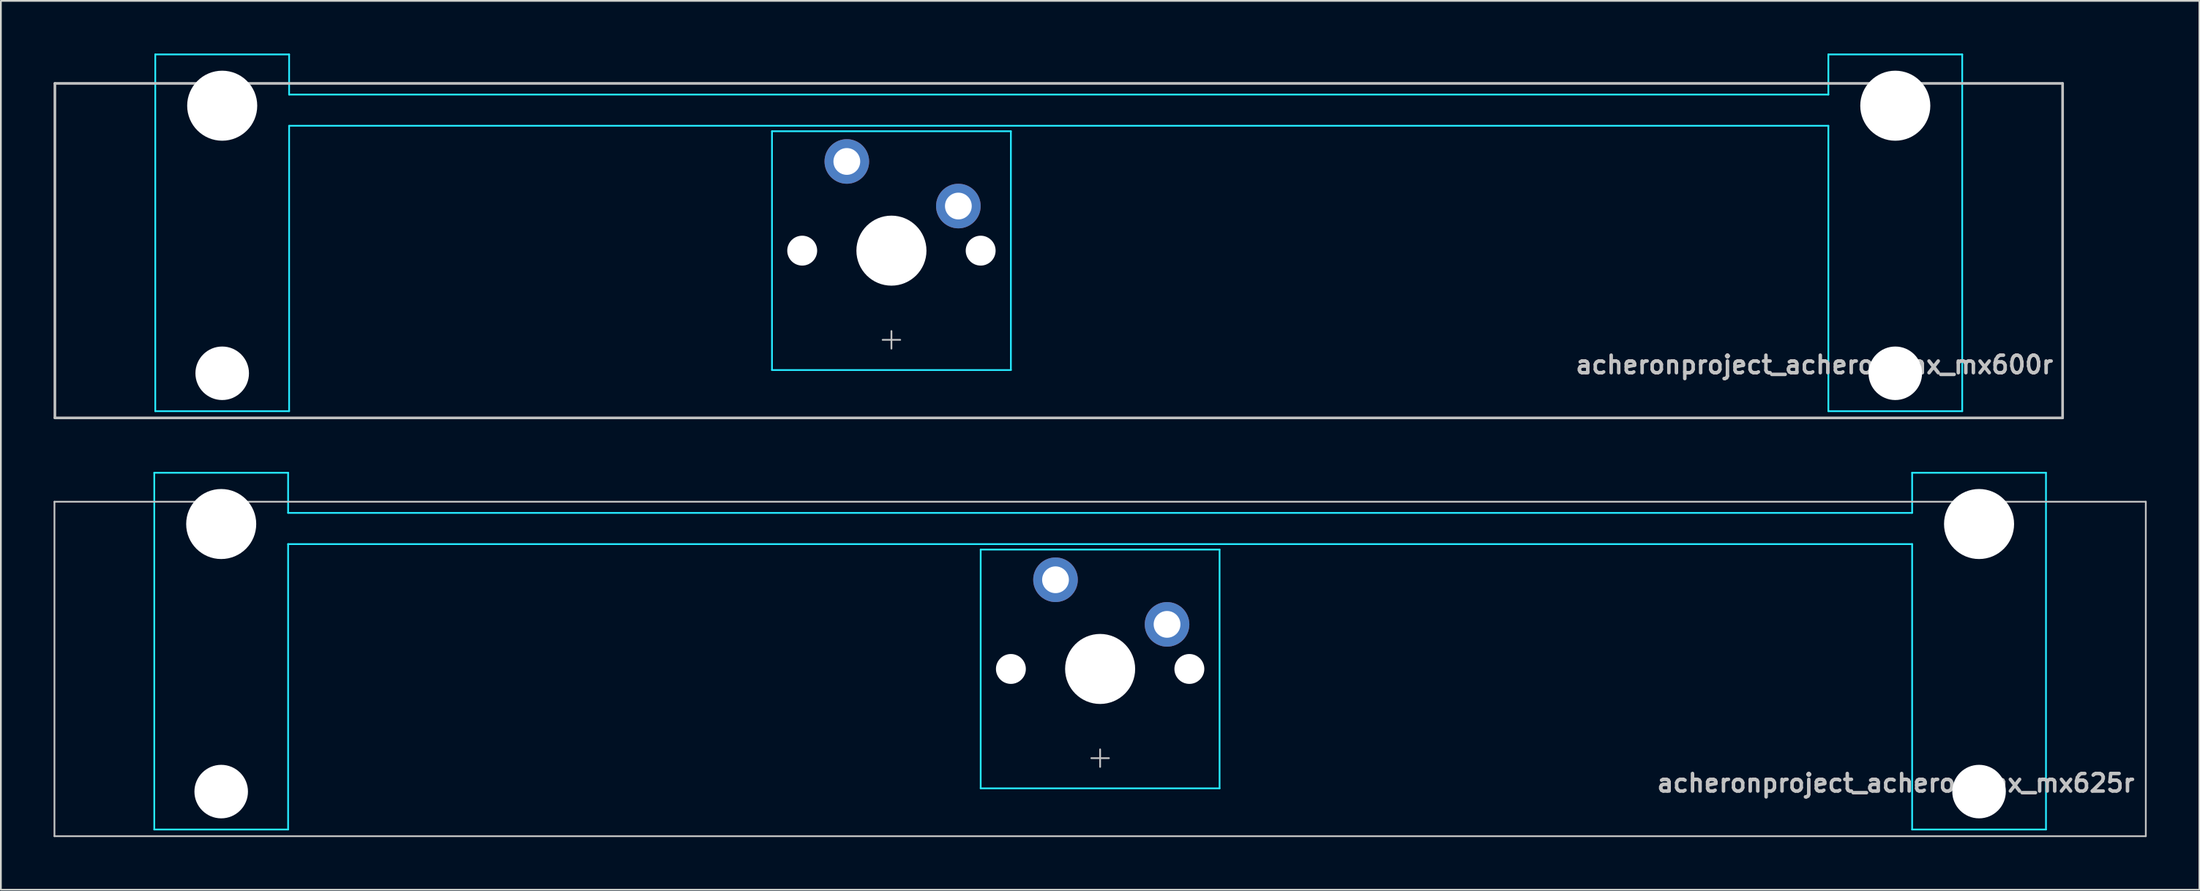
<source format=kicad_pcb>
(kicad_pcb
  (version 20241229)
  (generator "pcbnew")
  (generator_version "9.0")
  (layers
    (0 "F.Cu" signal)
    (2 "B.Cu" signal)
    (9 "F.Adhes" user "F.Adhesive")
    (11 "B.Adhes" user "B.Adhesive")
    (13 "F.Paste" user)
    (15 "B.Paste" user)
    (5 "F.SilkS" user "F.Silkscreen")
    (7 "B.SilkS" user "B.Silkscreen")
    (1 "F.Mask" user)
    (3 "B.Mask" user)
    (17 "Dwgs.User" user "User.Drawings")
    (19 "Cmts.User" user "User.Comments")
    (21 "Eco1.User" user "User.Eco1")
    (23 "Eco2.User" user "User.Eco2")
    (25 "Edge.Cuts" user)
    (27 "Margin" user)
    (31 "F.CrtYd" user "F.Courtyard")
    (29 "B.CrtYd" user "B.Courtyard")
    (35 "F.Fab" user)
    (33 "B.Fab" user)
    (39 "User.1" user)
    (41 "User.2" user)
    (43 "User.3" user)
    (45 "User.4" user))
  (footprint "acheronproject_acheron_mx_mx625r"
    (layer "F.Cu")
    (at 59.581 35.052)
    (property "Reference" "acheronproject_acheron_mx_mx625r" (at 59 6.5 0) (layer "Dwgs.User") (effects (font (size 1 1) (thickness 0.2)) (justify right)))
    (attr through_hole)
    (fp_line (start -59.531 -9.525) (end -59.531 9.525) (stroke (width 0.1) (type solid)) (layer "Dwgs.User"))
    (fp_line (start -59.531 -9.525) (end 59.531 -9.525) (stroke (width 0.1) (type solid)) (layer "Dwgs.User"))
    (fp_line (start -59.531 9.525) (end 59.531 9.525) (stroke (width 0.1) (type solid)) (layer "Dwgs.User"))
    (fp_line (start -0.5 5.08) (end 0.5 5.08) (stroke (width 0.1) (type solid)) (layer "Dwgs.User"))
    (fp_line (start 0 5.58) (end 0 4.58) (stroke (width 0.1) (type solid)) (layer "Dwgs.User"))
    (fp_line (start 59.531 -9.525) (end 59.531 9.525) (stroke (width 0.1) (type solid)) (layer "Dwgs.User"))
    (fp_line (start -53.538 -8.515) (end -53.538 5.485) (stroke (width 0.1) (type solid)) (layer "Eco1.User"))
    (fp_line (start -53.038 -9.015) (end -47.038 -9.015) (stroke (width 0.1) (type solid)) (layer "Eco1.User"))
    (fp_line (start -47.038 5.985) (end -53.038 5.985) (stroke (width 0.1) (type solid)) (layer "Eco1.User"))
    (fp_line (start -46.538 5.485) (end -46.538 -8.515) (stroke (width 0.1) (type solid)) (layer "Eco1.User"))
    (fp_line (start -7 -6.5) (end -7 6.5) (stroke (width 0.1) (type solid)) (layer "Eco1.User"))
    (fp_line (start -6.5 7) (end 6.5 7) (stroke (width 0.1) (type solid)) (layer "Eco1.User"))
    (fp_line (start 6.5 -7) (end -6.5 -7) (stroke (width 0.1) (type solid)) (layer "Eco1.User"))
    (fp_line (start 7 6.5) (end 7 -6.5) (stroke (width 0.1) (type solid)) (layer "Eco1.User"))
    (fp_line (start 46.538 -8.515) (end 46.538 5.485) (stroke (width 0.1) (type solid)) (layer "Eco1.User"))
    (fp_line (start 47.038 -9.015) (end 53.038 -9.015) (stroke (width 0.1) (type solid)) (layer "Eco1.User"))
    (fp_line (start 53.038 5.985) (end 47.038 5.985) (stroke (width 0.1) (type solid)) (layer "Eco1.User"))
    (fp_line (start 53.538 5.485) (end 53.538 -8.515) (stroke (width 0.1) (type solid)) (layer "Eco1.User"))
    (fp_arc (start -53.538 -8.515) (mid -53.391553 -8.868553) (end -53.038 -9.015) (stroke (width 0.1) (type solid)) (layer "Eco1.User"))
    (fp_arc (start -53.038 5.985) (mid -53.391553 5.838553) (end -53.538 5.485) (stroke (width 0.1) (type solid)) (layer "Eco1.User"))
    (fp_arc (start -47.038 -9.015) (mid -46.684447 -8.868553) (end -46.538 -8.515) (stroke (width 0.1) (type solid)) (layer "Eco1.User"))
    (fp_arc (start -46.538 5.485) (mid -46.684447 5.838553) (end -47.038 5.985) (stroke (width 0.1) (type solid)) (layer "Eco1.User"))
    (fp_arc (start -7 -6.5) (mid -6.853553 -6.853553) (end -6.5 -7) (stroke (width 0.1) (type solid)) (layer "Eco1.User"))
    (fp_arc (start -6.5 7) (mid -6.853553 6.853553) (end -7 6.5) (stroke (width 0.1) (type solid)) (layer "Eco1.User"))
    (fp_arc (start 6.5 -7) (mid 6.853553 -6.853553) (end 7 -6.5) (stroke (width 0.1) (type solid)) (layer "Eco1.User"))
    (fp_arc (start 7 6.5) (mid 6.853553 6.853553) (end 6.5 7) (stroke (width 0.1) (type solid)) (layer "Eco1.User"))
    (fp_arc (start 46.538 -8.515) (mid 46.684447 -8.868553) (end 47.038 -9.015) (stroke (width 0.1) (type solid)) (layer "Eco1.User"))
    (fp_arc (start 47.038 5.985) (mid 46.684447 5.838553) (end 46.538 5.485) (stroke (width 0.1) (type solid)) (layer "Eco1.User"))
    (fp_arc (start 53.038 -9.015) (mid 53.391553 -8.868553) (end 53.538 -8.515) (stroke (width 0.1) (type solid)) (layer "Eco1.User"))
    (fp_arc (start 53.538 5.485) (mid 53.391553 5.838553) (end 53.038 5.985) (stroke (width 0.1) (type solid)) (layer "Eco1.User"))
    (fp_line (start -53.848 9.144) (end -53.848 -11.176) (stroke (width 0.1) (type solid)) (layer "B.CrtYd"))
    (fp_line (start -46.228 -11.176) (end -53.848 -11.176) (stroke (width 0.1) (type solid)) (layer "B.CrtYd"))
    (fp_line (start -46.228 -8.89) (end -46.228 -11.176) (stroke (width 0.1) (type solid)) (layer "B.CrtYd"))
    (fp_line (start -46.228 -7.112) (end -46.228 9.144) (stroke (width 0.1) (type solid)) (layer "B.CrtYd"))
    (fp_line (start -46.228 9.144) (end -53.848 9.144) (stroke (width 0.1) (type solid)) (layer "B.CrtYd"))
    (fp_line (start -6.8 -6.8) (end -6.8 6.8) (stroke (width 0.1) (type solid)) (layer "B.CrtYd"))
    (fp_line (start -6.8 -6.8) (end 6.8 -6.8) (stroke (width 0.1) (type solid)) (layer "B.CrtYd"))
    (fp_line (start -6.8 6.8) (end 6.8 6.8) (stroke (width 0.1) (type solid)) (layer "B.CrtYd"))
    (fp_line (start 6.8 6.8) (end 6.8 -6.8) (stroke (width 0.1) (type solid)) (layer "B.CrtYd"))
    (fp_line (start 46.228 -8.89) (end -46.228 -8.89) (stroke (width 0.1) (type solid)) (layer "B.CrtYd"))
    (fp_line (start 46.228 -8.89) (end 46.228 -11.176) (stroke (width 0.1) (type solid)) (layer "B.CrtYd"))
    (fp_line (start 46.228 -7.112) (end -46.228 -7.112) (stroke (width 0.1) (type solid)) (layer "B.CrtYd"))
    (fp_line (start 46.228 -7.112) (end 46.228 9.144) (stroke (width 0.1) (type solid)) (layer "B.CrtYd"))
    (fp_line (start 53.848 -11.176) (end 46.228 -11.176) (stroke (width 0.1) (type solid)) (layer "B.CrtYd"))
    (fp_line (start 53.848 9.144) (end 46.228 9.144) (stroke (width 0.1) (type solid)) (layer "B.CrtYd"))
    (fp_line (start 53.848 9.144) (end 53.848 -11.176) (stroke (width 0.1) (type solid)) (layer "B.CrtYd"))
    (pad "" np_thru_hole circle (at -50.038 -8.255) (size 3.988 3.988) (drill 3.988) (layers "*.Cu" "*.Mask"))
    (pad "" np_thru_hole circle (at -50.038 6.985) (size 3.048 3.048) (drill 3.048) (layers "*.Cu" "*.Mask"))
    (pad "" np_thru_hole circle (at -5.08 0) (size 1.702 1.702) (drill 1.702) (layers "*.Cu" "*.Mask"))
    (pad "" np_thru_hole circle (at 0 0) (size 3.988 3.988) (drill 3.988) (layers "*.Cu" "*.Mask"))
    (pad "" np_thru_hole circle (at 5.08 0) (size 1.702 1.702) (drill 1.702) (layers "*.Cu" "*.Mask"))
    (pad "" np_thru_hole circle (at 50.038 -8.255) (size 3.988 3.988) (drill 3.988) (layers "*.Cu" "*.Mask"))
    (pad "" np_thru_hole circle (at 50.038 6.985) (size 3.048 3.048) (drill 3.048) (layers "*.Cu" "*.Mask"))
    (pad "1" thru_hole circle (at -2.54 -5.08) (size 2.54 2.54) (drill 1.524) (layers "*.Cu" "*.Mask"))
    (pad "2" thru_hole circle (at 3.81 -2.54) (size 2.54 2.54) (drill 1.524) (layers "*.Cu" "*.Mask")))
  (footprint "acheronproject_acheron_mx_mx600r"
    (layer "F.Cu")
    (at 47.7 11.226)
    (property "Reference" "acheronproject_acheron_mx_mx600r" (at 66.25 6.5 0) (layer "Dwgs.User") (effects (font (size 1 1) (thickness 0.2)) (justify right)))
    (attr through_hole)
    (fp_line (start -47.625 9.525) (end -47.625 -9.525) (stroke (width 0.15) (type solid)) (layer "Dwgs.User"))
    (fp_line (start -0.5 5.08) (end 0.5 5.08) (stroke (width 0.1) (type solid)) (layer "Dwgs.User"))
    (fp_line (start 0 5.58) (end 0 4.58) (stroke (width 0.1) (type solid)) (layer "Dwgs.User"))
    (fp_line (start 66.675 -9.525) (end -47.625 -9.525) (stroke (width 0.15) (type solid)) (layer "Dwgs.User"))
    (fp_line (start 66.675 -9.525) (end 66.675 9.525) (stroke (width 0.15) (type solid)) (layer "Dwgs.User"))
    (fp_line (start 66.675 9.525) (end -47.625 9.525) (stroke (width 0.15) (type solid)) (layer "Dwgs.User"))
    (fp_line (start -41.6 -8.515) (end -41.6 5.485) (stroke (width 0.1) (type solid)) (layer "Eco1.User"))
    (fp_line (start -41.1 -9.015) (end -35.1 -9.015) (stroke (width 0.1) (type solid)) (layer "Eco1.User"))
    (fp_line (start -35.1 5.985) (end -41.1 5.985) (stroke (width 0.1) (type solid)) (layer "Eco1.User"))
    (fp_line (start -34.6 5.485) (end -34.6 -8.515) (stroke (width 0.1) (type solid)) (layer "Eco1.User"))
    (fp_line (start -7 -6.5) (end -7 6.5) (stroke (width 0.1) (type solid)) (layer "Eco1.User"))
    (fp_line (start -6.5 7) (end 6.5 7) (stroke (width 0.1) (type solid)) (layer "Eco1.User"))
    (fp_line (start 6.5 -7) (end -6.5 -7) (stroke (width 0.1) (type solid)) (layer "Eco1.User"))
    (fp_line (start 7 6.5) (end 7 -6.5) (stroke (width 0.1) (type solid)) (layer "Eco1.User"))
    (fp_line (start 53.65 -8.515) (end 53.65 5.485) (stroke (width 0.1) (type solid)) (layer "Eco1.User"))
    (fp_line (start 54.15 -9.015) (end 60.15 -9.015) (stroke (width 0.1) (type solid)) (layer "Eco1.User"))
    (fp_line (start 60.15 5.985) (end 54.15 5.985) (stroke (width 0.1) (type solid)) (layer "Eco1.User"))
    (fp_line (start 60.65 5.485) (end 60.65 -8.515) (stroke (width 0.1) (type solid)) (layer "Eco1.User"))
    (fp_arc (start -41.6 -8.515) (mid -41.453553 -8.868553) (end -41.1 -9.015) (stroke (width 0.1) (type solid)) (layer "Eco1.User"))
    (fp_arc (start -41.1 5.985) (mid -41.453553 5.838553) (end -41.6 5.485) (stroke (width 0.1) (type solid)) (layer "Eco1.User"))
    (fp_arc (start -35.1 -9.015) (mid -34.746447 -8.868553) (end -34.6 -8.515) (stroke (width 0.1) (type solid)) (layer "Eco1.User"))
    (fp_arc (start -34.6 5.485) (mid -34.746447 5.838553) (end -35.1 5.985) (stroke (width 0.1) (type solid)) (layer "Eco1.User"))
    (fp_arc (start -7 -6.5) (mid -6.853553 -6.853553) (end -6.5 -7) (stroke (width 0.1) (type solid)) (layer "Eco1.User"))
    (fp_arc (start -6.5 7) (mid -6.853553 6.853553) (end -7 6.5) (stroke (width 0.1) (type solid)) (layer "Eco1.User"))
    (fp_arc (start 6.5 -7) (mid 6.853553 -6.853553) (end 7 -6.5) (stroke (width 0.1) (type solid)) (layer "Eco1.User"))
    (fp_arc (start 7 6.5) (mid 6.853553 6.853553) (end 6.5 7) (stroke (width 0.1) (type solid)) (layer "Eco1.User"))
    (fp_arc (start 53.65 -8.515) (mid 53.796447 -8.868553) (end 54.15 -9.015) (stroke (width 0.1) (type solid)) (layer "Eco1.User"))
    (fp_arc (start 54.15 5.985) (mid 53.796447 5.838553) (end 53.65 5.485) (stroke (width 0.1) (type solid)) (layer "Eco1.User"))
    (fp_arc (start 60.15 -9.015) (mid 60.503553 -8.868553) (end 60.65 -8.515) (stroke (width 0.1) (type solid)) (layer "Eco1.User"))
    (fp_arc (start 60.65 5.485) (mid 60.503553 5.838553) (end 60.15 5.985) (stroke (width 0.1) (type solid)) (layer "Eco1.User"))
    (fp_line (start -41.91 9.144) (end -41.91 -11.176) (stroke (width 0.1) (type solid)) (layer "B.CrtYd"))
    (fp_line (start -34.29 -11.176) (end -41.91 -11.176) (stroke (width 0.1) (type solid)) (layer "B.CrtYd"))
    (fp_line (start -34.29 -8.89) (end -34.29 -11.176) (stroke (width 0.1) (type solid)) (layer "B.CrtYd"))
    (fp_line (start -34.29 -7.112) (end -34.29 9.144) (stroke (width 0.1) (type solid)) (layer "B.CrtYd"))
    (fp_line (start -34.29 9.144) (end -41.91 9.144) (stroke (width 0.1) (type solid)) (layer "B.CrtYd"))
    (fp_line (start -6.8 -6.8) (end -6.8 6.8) (stroke (width 0.1) (type solid)) (layer "B.CrtYd"))
    (fp_line (start -6.8 -6.8) (end 6.8 -6.8) (stroke (width 0.1) (type solid)) (layer "B.CrtYd"))
    (fp_line (start -6.8 6.8) (end 6.8 6.8) (stroke (width 0.1) (type solid)) (layer "B.CrtYd"))
    (fp_line (start 6.8 6.8) (end 6.8 -6.8) (stroke (width 0.1) (type solid)) (layer "B.CrtYd"))
    (fp_line (start 53.34 -8.89) (end -34.29 -8.89) (stroke (width 0.1) (type solid)) (layer "B.CrtYd"))
    (fp_line (start 53.34 -8.89) (end 53.34 -11.176) (stroke (width 0.1) (type solid)) (layer "B.CrtYd"))
    (fp_line (start 53.34 -7.112) (end -34.29 -7.112) (stroke (width 0.1) (type solid)) (layer "B.CrtYd"))
    (fp_line (start 53.34 -7.112) (end 53.34 9.144) (stroke (width 0.1) (type solid)) (layer "B.CrtYd"))
    (fp_line (start 60.96 -11.176) (end 53.34 -11.176) (stroke (width 0.1) (type solid)) (layer "B.CrtYd"))
    (fp_line (start 60.96 9.144) (end 53.34 9.144) (stroke (width 0.1) (type solid)) (layer "B.CrtYd"))
    (fp_line (start 60.96 9.144) (end 60.96 -11.176) (stroke (width 0.1) (type solid)) (layer "B.CrtYd"))
    (pad "" np_thru_hole circle (at -38.1 -8.255) (size 3.988 3.988) (drill 3.988) (layers "*.Cu" "*.Mask"))
    (pad "" np_thru_hole circle (at -38.1 6.985) (size 3.048 3.048) (drill 3.048) (layers "*.Cu" "*.Mask"))
    (pad "" np_thru_hole circle (at -5.08 0) (size 1.702 1.702) (drill 1.702) (layers "*.Cu" "*.Mask"))
    (pad "" np_thru_hole circle (at 0 0) (size 3.988 3.988) (drill 3.988) (layers "*.Cu" "*.Mask"))
    (pad "" np_thru_hole circle (at 5.08 0) (size 1.702 1.702) (drill 1.702) (layers "*.Cu" "*.Mask"))
    (pad "" np_thru_hole circle (at 57.15 -8.255) (size 3.988 3.988) (drill 3.988) (layers "*.Cu" "*.Mask"))
    (pad "" np_thru_hole circle (at 57.15 6.985) (size 3.048 3.048) (drill 3.048) (layers "*.Cu" "*.Mask"))
    (pad "1" thru_hole circle (at -2.54 -5.08) (size 2.54 2.54) (drill 1.524) (layers "*.Cu" "*.Mask"))
    (pad "2" thru_hole circle (at 3.81 -2.54) (size 2.54 2.54) (drill 1.524) (layers "*.Cu" "*.Mask")))
  (gr_rect
    (start -3 -3)
    (end 122.162 47.627)
    (stroke (width 0.1) (type default))
    (fill no)
    (layer "Edge.Cuts")))
</source>
